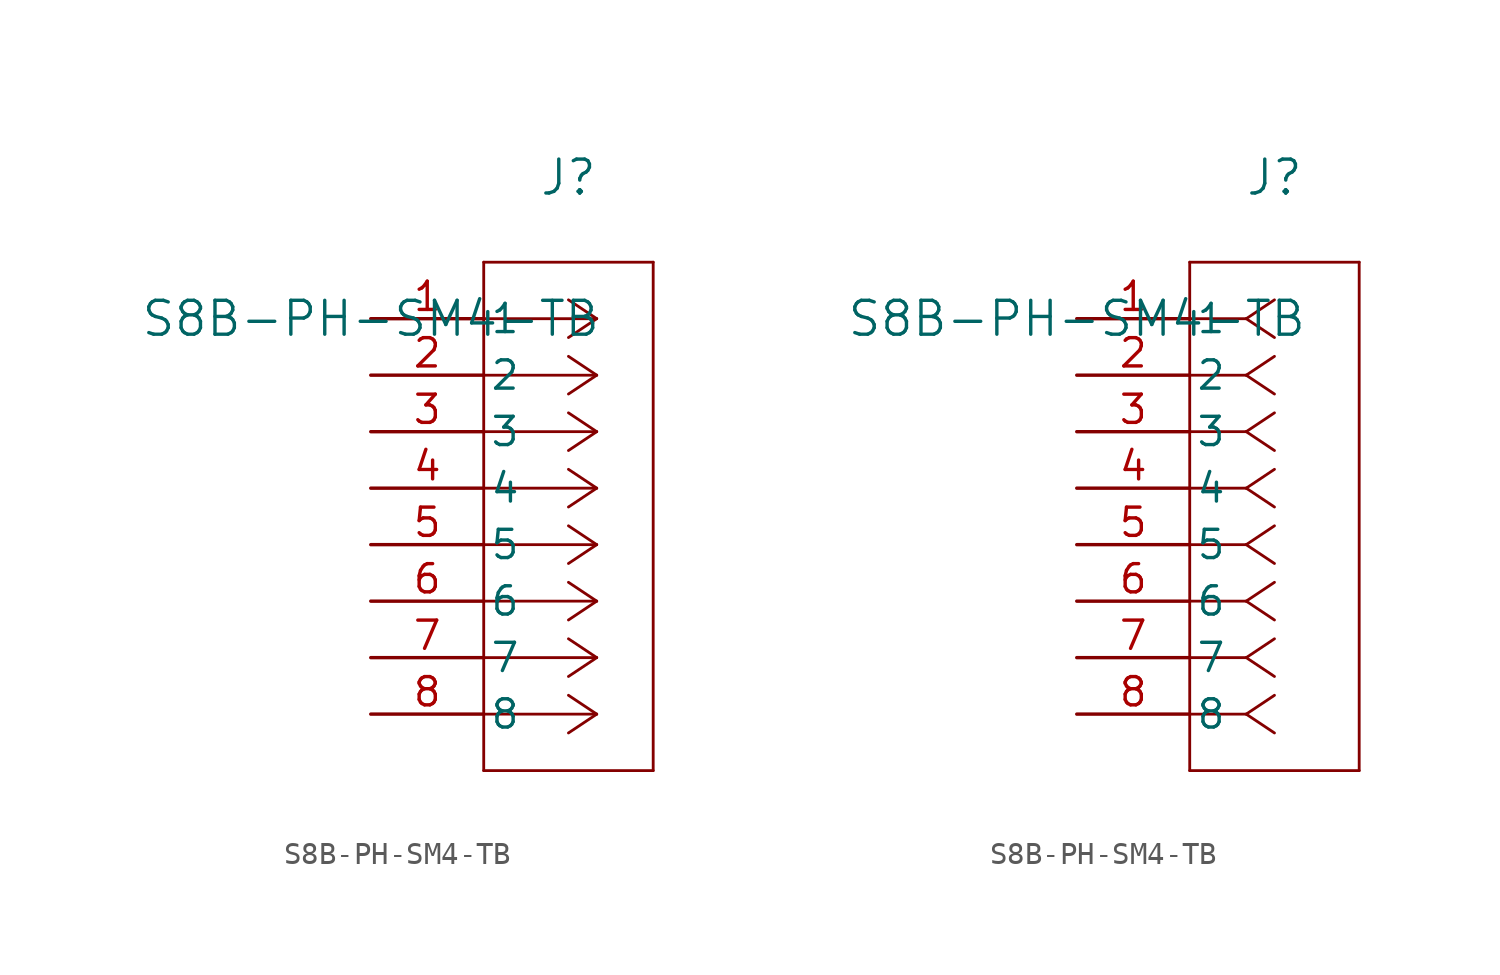
<source format=kicad_sym>
(kicad_symbol_lib
  (version 20231120)
  (generator "kicad_symbol_editor")
  (generator_version "8.0")
  (symbol "S8B-PH-SM4-TB"
    (pin_names
      (offset 0.254))
    (property "Reference" "J"
      (at 8.89 6.35 0)
      (effects (font (size 1.524 1.524))))
    (property "Value" "S8B-PH-SM4-TB"
      (at 0 0 0)
      (effects (font (size 1.524 1.524))))
    (symbol "S8B-PH-SM4-TB_1_1"
      (polyline (pts (xy 5.08 -20.32) (xy 12.7 -20.32)) (stroke (width 0.127) (type default)) (fill (type none)))
      (polyline (pts (xy 5.08 2.54) (xy 5.08 -20.32)) (stroke (width 0.127) (type default)) (fill (type none)))
      (polyline (pts (xy 10.16 -17.78) (xy 5.08 -17.78)) (stroke (width 0.127) (type default)) (fill (type none)))
      (polyline (pts (xy 10.16 -17.78) (xy 8.89 -18.627)) (stroke (width 0.127) (type default)) (fill (type none)))
      (polyline (pts (xy 10.16 -17.78) (xy 8.89 -16.933)) (stroke (width 0.127) (type default)) (fill (type none)))
      (polyline (pts (xy 10.16 -15.24) (xy 5.08 -15.24)) (stroke (width 0.127) (type default)) (fill (type none)))
      (polyline (pts (xy 10.16 -15.24) (xy 8.89 -16.087)) (stroke (width 0.127) (type default)) (fill (type none)))
      (polyline (pts (xy 10.16 -15.24) (xy 8.89 -14.393)) (stroke (width 0.127) (type default)) (fill (type none)))
      (polyline (pts (xy 10.16 -12.7) (xy 5.08 -12.7)) (stroke (width 0.127) (type default)) (fill (type none)))
      (polyline (pts (xy 10.16 -12.7) (xy 8.89 -13.547)) (stroke (width 0.127) (type default)) (fill (type none)))
      (polyline (pts (xy 10.16 -12.7) (xy 8.89 -11.853)) (stroke (width 0.127) (type default)) (fill (type none)))
      (polyline (pts (xy 10.16 -10.16) (xy 5.08 -10.16)) (stroke (width 0.127) (type default)) (fill (type none)))
      (polyline (pts (xy 10.16 -10.16) (xy 8.89 -11.007)) (stroke (width 0.127) (type default)) (fill (type none)))
      (polyline (pts (xy 10.16 -10.16) (xy 8.89 -9.313)) (stroke (width 0.127) (type default)) (fill (type none)))
      (polyline (pts (xy 10.16 -7.62) (xy 5.08 -7.62)) (stroke (width 0.127) (type default)) (fill (type none)))
      (polyline (pts (xy 10.16 -7.62) (xy 8.89 -8.467)) (stroke (width 0.127) (type default)) (fill (type none)))
      (polyline (pts (xy 10.16 -7.62) (xy 8.89 -6.773)) (stroke (width 0.127) (type default)) (fill (type none)))
      (polyline (pts (xy 10.16 -5.08) (xy 5.08 -5.08)) (stroke (width 0.127) (type default)) (fill (type none)))
      (polyline (pts (xy 10.16 -5.08) (xy 8.89 -5.927)) (stroke (width 0.127) (type default)) (fill (type none)))
      (polyline (pts (xy 10.16 -5.08) (xy 8.89 -4.233)) (stroke (width 0.127) (type default)) (fill (type none)))
      (polyline (pts (xy 10.16 -2.54) (xy 5.08 -2.54)) (stroke (width 0.127) (type default)) (fill (type none)))
      (polyline (pts (xy 10.16 -2.54) (xy 8.89 -3.387)) (stroke (width 0.127) (type default)) (fill (type none)))
      (polyline (pts (xy 10.16 -2.54) (xy 8.89 -1.693)) (stroke (width 0.127) (type default)) (fill (type none)))
      (polyline (pts (xy 10.16 0) (xy 5.08 0)) (stroke (width 0.127) (type default)) (fill (type none)))
      (polyline (pts (xy 10.16 0) (xy 8.89 -0.847)) (stroke (width 0.127) (type default)) (fill (type none)))
      (polyline (pts (xy 10.16 0) (xy 8.89 0.847)) (stroke (width 0.127) (type default)) (fill (type none)))
      (polyline (pts (xy 12.7 -20.32) (xy 12.7 2.54)) (stroke (width 0.127) (type default)) (fill (type none)))
      (polyline (pts (xy 12.7 2.54) (xy 5.08 2.54)) (stroke (width 0.127) (type default)) (fill (type none)))
      (pin unspecified line (at 0 0 0) (length 5.08) (name "1" (effects (font (size 1.27 1.27)))) (number "1" (effects (font (size 1.27 1.27)))))
      (pin unspecified line (at 0 -2.54 0) (length 5.08) (name "2" (effects (font (size 1.27 1.27)))) (number "2" (effects (font (size 1.27 1.27)))))
      (pin unspecified line (at 0 -5.08 0) (length 5.08) (name "3" (effects (font (size 1.27 1.27)))) (number "3" (effects (font (size 1.27 1.27)))))
      (pin unspecified line (at 0 -7.62 0) (length 5.08) (name "4" (effects (font (size 1.27 1.27)))) (number "4" (effects (font (size 1.27 1.27)))))
      (pin unspecified line (at 0 -10.16 0) (length 5.08) (name "5" (effects (font (size 1.27 1.27)))) (number "5" (effects (font (size 1.27 1.27)))))
      (pin unspecified line (at 0 -12.7 0) (length 5.08) (name "6" (effects (font (size 1.27 1.27)))) (number "6" (effects (font (size 1.27 1.27)))))
      (pin unspecified line (at 0 -15.24 0) (length 5.08) (name "7" (effects (font (size 1.27 1.27)))) (number "7" (effects (font (size 1.27 1.27)))))
      (pin unspecified line (at 0 -17.78 0) (length 5.08) (name "8" (effects (font (size 1.27 1.27)))) (number "8" (effects (font (size 1.27 1.27))))))
    (symbol "S8B-PH-SM4-TB_1_2"
      (polyline (pts (xy 5.08 -20.32) (xy 12.7 -20.32)) (stroke (width 0.127) (type default)) (fill (type none)))
      (polyline (pts (xy 5.08 2.54) (xy 5.08 -20.32)) (stroke (width 0.127) (type default)) (fill (type none)))
      (polyline (pts (xy 7.62 -17.78) (xy 5.08 -17.78)) (stroke (width 0.127) (type default)) (fill (type none)))
      (polyline (pts (xy 7.62 -17.78) (xy 8.89 -18.627)) (stroke (width 0.127) (type default)) (fill (type none)))
      (polyline (pts (xy 7.62 -17.78) (xy 8.89 -16.933)) (stroke (width 0.127) (type default)) (fill (type none)))
      (polyline (pts (xy 7.62 -15.24) (xy 5.08 -15.24)) (stroke (width 0.127) (type default)) (fill (type none)))
      (polyline (pts (xy 7.62 -15.24) (xy 8.89 -16.087)) (stroke (width 0.127) (type default)) (fill (type none)))
      (polyline (pts (xy 7.62 -15.24) (xy 8.89 -14.393)) (stroke (width 0.127) (type default)) (fill (type none)))
      (polyline (pts (xy 7.62 -12.7) (xy 5.08 -12.7)) (stroke (width 0.127) (type default)) (fill (type none)))
      (polyline (pts (xy 7.62 -12.7) (xy 8.89 -13.547)) (stroke (width 0.127) (type default)) (fill (type none)))
      (polyline (pts (xy 7.62 -12.7) (xy 8.89 -11.853)) (stroke (width 0.127) (type default)) (fill (type none)))
      (polyline (pts (xy 7.62 -10.16) (xy 5.08 -10.16)) (stroke (width 0.127) (type default)) (fill (type none)))
      (polyline (pts (xy 7.62 -10.16) (xy 8.89 -11.007)) (stroke (width 0.127) (type default)) (fill (type none)))
      (polyline (pts (xy 7.62 -10.16) (xy 8.89 -9.313)) (stroke (width 0.127) (type default)) (fill (type none)))
      (polyline (pts (xy 7.62 -7.62) (xy 5.08 -7.62)) (stroke (width 0.127) (type default)) (fill (type none)))
      (polyline (pts (xy 7.62 -7.62) (xy 8.89 -8.467)) (stroke (width 0.127) (type default)) (fill (type none)))
      (polyline (pts (xy 7.62 -7.62) (xy 8.89 -6.773)) (stroke (width 0.127) (type default)) (fill (type none)))
      (polyline (pts (xy 7.62 -5.08) (xy 5.08 -5.08)) (stroke (width 0.127) (type default)) (fill (type none)))
      (polyline (pts (xy 7.62 -5.08) (xy 8.89 -5.927)) (stroke (width 0.127) (type default)) (fill (type none)))
      (polyline (pts (xy 7.62 -5.08) (xy 8.89 -4.233)) (stroke (width 0.127) (type default)) (fill (type none)))
      (polyline (pts (xy 7.62 -2.54) (xy 5.08 -2.54)) (stroke (width 0.127) (type default)) (fill (type none)))
      (polyline (pts (xy 7.62 -2.54) (xy 8.89 -3.387)) (stroke (width 0.127) (type default)) (fill (type none)))
      (polyline (pts (xy 7.62 -2.54) (xy 8.89 -1.693)) (stroke (width 0.127) (type default)) (fill (type none)))
      (polyline (pts (xy 7.62 0) (xy 5.08 0)) (stroke (width 0.127) (type default)) (fill (type none)))
      (polyline (pts (xy 7.62 0) (xy 8.89 -0.847)) (stroke (width 0.127) (type default)) (fill (type none)))
      (polyline (pts (xy 7.62 0) (xy 8.89 0.847)) (stroke (width 0.127) (type default)) (fill (type none)))
      (polyline (pts (xy 12.7 -20.32) (xy 12.7 2.54)) (stroke (width 0.127) (type default)) (fill (type none)))
      (polyline (pts (xy 12.7 2.54) (xy 5.08 2.54)) (stroke (width 0.127) (type default)) (fill (type none)))
      (pin unspecified line (at 0 0 0) (length 5.08) (name "1" (effects (font (size 1.27 1.27)))) (number "1" (effects (font (size 1.27 1.27)))))
      (pin unspecified line (at 0 -2.54 0) (length 5.08) (name "2" (effects (font (size 1.27 1.27)))) (number "2" (effects (font (size 1.27 1.27)))))
      (pin unspecified line (at 0 -5.08 0) (length 5.08) (name "3" (effects (font (size 1.27 1.27)))) (number "3" (effects (font (size 1.27 1.27)))))
      (pin unspecified line (at 0 -7.62 0) (length 5.08) (name "4" (effects (font (size 1.27 1.27)))) (number "4" (effects (font (size 1.27 1.27)))))
      (pin unspecified line (at 0 -10.16 0) (length 5.08) (name "5" (effects (font (size 1.27 1.27)))) (number "5" (effects (font (size 1.27 1.27)))))
      (pin unspecified line (at 0 -12.7 0) (length 5.08) (name "6" (effects (font (size 1.27 1.27)))) (number "6" (effects (font (size 1.27 1.27)))))
      (pin unspecified line (at 0 -15.24 0) (length 5.08) (name "7" (effects (font (size 1.27 1.27)))) (number "7" (effects (font (size 1.27 1.27)))))
      (pin unspecified line (at 0 -17.78 0) (length 5.08) (name "8" (effects (font (size 1.27 1.27)))) (number "8" (effects (font (size 1.27 1.27))))))))
</source>
